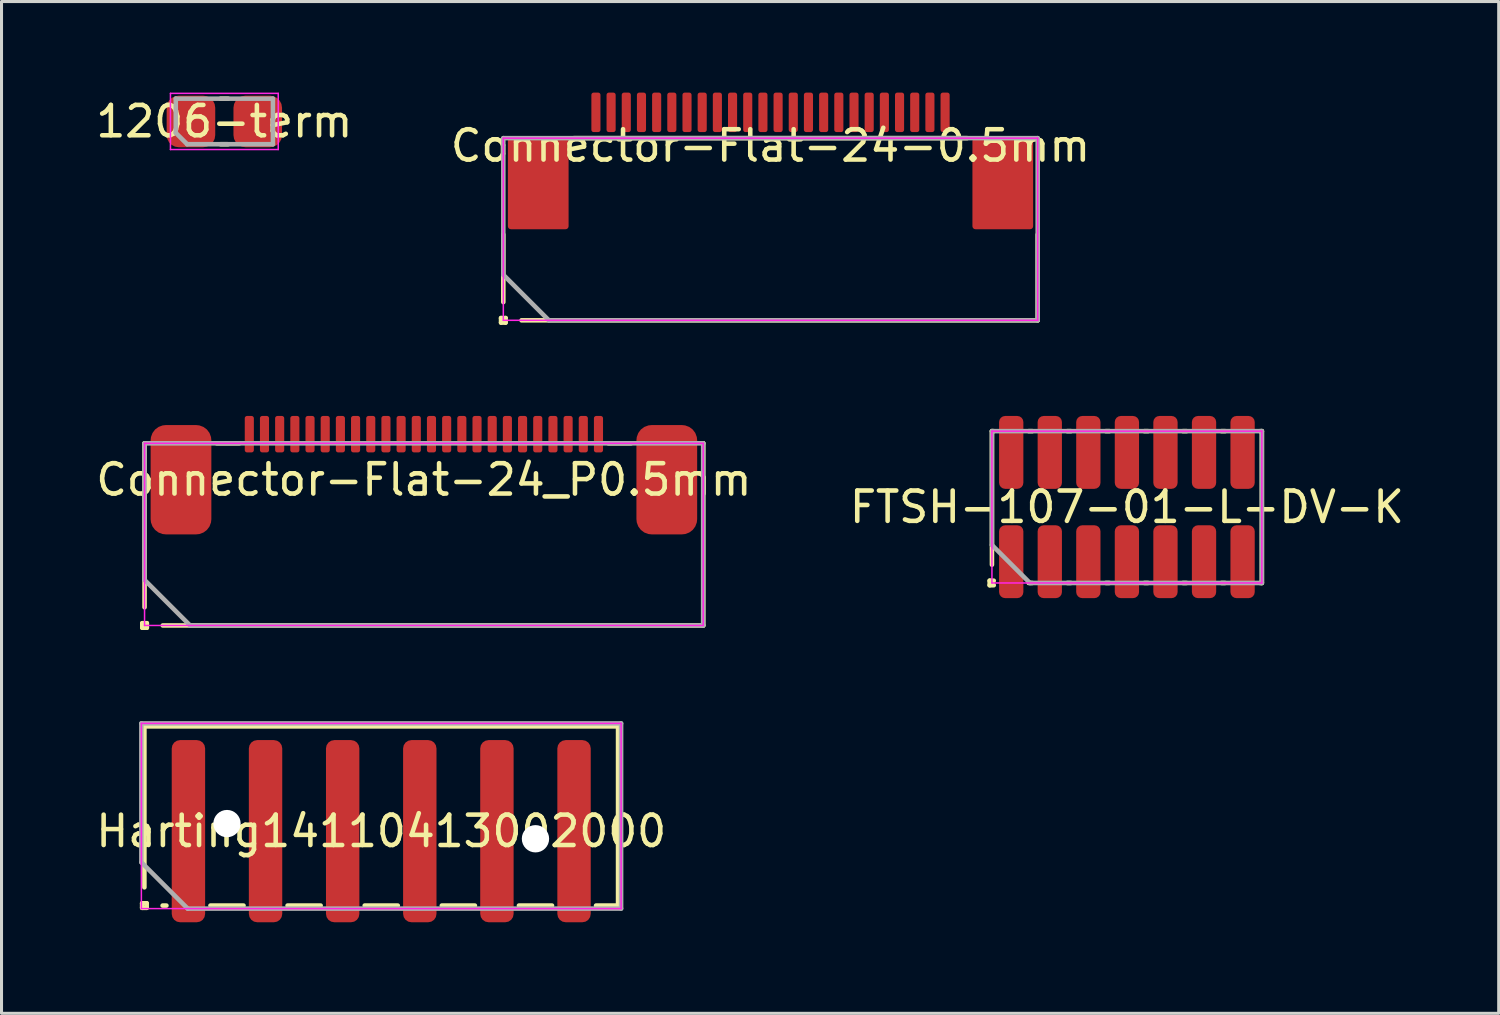
<source format=kicad_pcb>
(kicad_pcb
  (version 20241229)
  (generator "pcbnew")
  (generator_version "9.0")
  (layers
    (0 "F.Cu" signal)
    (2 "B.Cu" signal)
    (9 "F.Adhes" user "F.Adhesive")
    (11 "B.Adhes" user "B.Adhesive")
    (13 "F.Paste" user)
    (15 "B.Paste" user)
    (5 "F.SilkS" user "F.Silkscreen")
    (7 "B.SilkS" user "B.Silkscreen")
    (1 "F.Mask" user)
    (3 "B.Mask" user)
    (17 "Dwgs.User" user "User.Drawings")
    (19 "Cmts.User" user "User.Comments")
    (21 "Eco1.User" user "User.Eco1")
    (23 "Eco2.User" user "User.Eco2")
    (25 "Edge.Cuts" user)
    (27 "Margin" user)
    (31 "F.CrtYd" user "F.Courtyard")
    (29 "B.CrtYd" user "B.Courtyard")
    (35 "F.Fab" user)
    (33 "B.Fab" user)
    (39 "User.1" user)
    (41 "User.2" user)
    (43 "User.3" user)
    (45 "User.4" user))
  (footprint "FTSH-107-01-L-DV-K"
    (layer "F.Cu")
    (at 34.065 13.65)
    (property "Reference" "FTSH-107-01-L-DV-K" (at 0 0 0) (layer "F.SilkS") (effects (font (size 1 1) (thickness 0.15))))
    (attr smd)
    (fp_line (start -4.52 2.425) (end -4.385 2.425) (stroke (width 0.15) (type solid)) (layer "F.SilkS"))
    (fp_line (start -4.52 2.575) (end -4.52 2.425) (stroke (width 0.15) (type solid)) (layer "F.SilkS"))
    (fp_line (start -4.445 -2.5) (end -4.445 1.9) (stroke (width 0.15) (type solid)) (layer "F.SilkS"))
    (fp_line (start -4.385 -2.5) (end -4.445 -2.5) (stroke (width 0.15) (type solid)) (layer "F.SilkS"))
    (fp_line (start -4.385 2.575) (end -4.52 2.575) (stroke (width 0.15) (type solid)) (layer "F.SilkS"))
    (fp_line (start -3.235 2.5) (end -3.115 2.5) (stroke (width 0.15) (type solid)) (layer "F.SilkS"))
    (fp_line (start -3.115 -2.5) (end -3.235 -2.5) (stroke (width 0.15) (type solid)) (layer "F.SilkS"))
    (fp_line (start -1.965 2.5) (end -1.845 2.5) (stroke (width 0.15) (type solid)) (layer "F.SilkS"))
    (fp_line (start -1.845 -2.5) (end -1.965 -2.5) (stroke (width 0.15) (type solid)) (layer "F.SilkS"))
    (fp_line (start -0.695 2.5) (end -0.575 2.5) (stroke (width 0.15) (type solid)) (layer "F.SilkS"))
    (fp_line (start -0.575 -2.5) (end -0.695 -2.5) (stroke (width 0.15) (type solid)) (layer "F.SilkS"))
    (fp_line (start 0.575 2.5) (end 0.695 2.5) (stroke (width 0.15) (type solid)) (layer "F.SilkS"))
    (fp_line (start 0.695 -2.5) (end 0.575 -2.5) (stroke (width 0.15) (type solid)) (layer "F.SilkS"))
    (fp_line (start 1.845 2.5) (end 1.965 2.5) (stroke (width 0.15) (type solid)) (layer "F.SilkS"))
    (fp_line (start 1.965 -2.5) (end 1.845 -2.5) (stroke (width 0.15) (type solid)) (layer "F.SilkS"))
    (fp_line (start 3.115 2.5) (end 3.235 2.5) (stroke (width 0.15) (type solid)) (layer "F.SilkS"))
    (fp_line (start 3.235 -2.5) (end 3.115 -2.5) (stroke (width 0.15) (type solid)) (layer "F.SilkS"))
    (fp_line (start 4.385 2.5) (end 4.445 2.5) (stroke (width 0.15) (type solid)) (layer "F.SilkS"))
    (fp_line (start 4.445 -2.5) (end 4.385 -2.5) (stroke (width 0.15) (type solid)) (layer "F.SilkS"))
    (fp_line (start 4.445 2.5) (end 4.445 -2.5) (stroke (width 0.15) (type solid)) (layer "F.SilkS"))
    (fp_line (start -4.445 -2.5) (end 4.445 -2.5) (stroke (width 0.05) (type solid)) (layer "F.CrtYd"))
    (fp_line (start -4.445 2.5) (end -4.445 -2.5) (stroke (width 0.05) (type solid)) (layer "F.CrtYd"))
    (fp_line (start 4.445 -2.5) (end 4.445 2.5) (stroke (width 0.05) (type solid)) (layer "F.CrtYd"))
    (fp_line (start 4.445 2.5) (end -4.445 2.5) (stroke (width 0.05) (type solid)) (layer "F.CrtYd"))
    (fp_line (start -4.445 -2.5) (end -4.445 1.25) (stroke (width 0.15) (type solid)) (layer "F.Fab"))
    (fp_line (start -3.195 2.5) (end -4.445 1.25) (stroke (width 0.15) (type solid)) (layer "F.Fab"))
    (fp_line (start -3.195 2.5) (end 4.445 2.5) (stroke (width 0.15) (type solid)) (layer "F.Fab"))
    (fp_line (start 4.445 -2.5) (end -4.445 -2.5) (stroke (width 0.15) (type solid)) (layer "F.Fab"))
    (fp_line (start 4.445 2.5) (end 4.445 -2.5) (stroke (width 0.15) (type solid)) (layer "F.Fab"))
    (pad "1" smd roundrect (at -3.81 1.8) (size 0.8 2.4) (layers "F.Cu" "F.Mask" "F.Paste") (roundrect_rratio 0.25))
    (pad "2" smd roundrect (at -3.81 -1.8) (size 0.8 2.4) (layers "F.Cu" "F.Mask" "F.Paste") (roundrect_rratio 0.25))
    (pad "3" smd roundrect (at -2.54 1.8) (size 0.8 2.4) (layers "F.Cu" "F.Mask" "F.Paste") (roundrect_rratio 0.25))
    (pad "4" smd roundrect (at -2.54 -1.8) (size 0.8 2.4) (layers "F.Cu" "F.Mask" "F.Paste") (roundrect_rratio 0.25))
    (pad "5" smd roundrect (at -1.27 1.8) (size 0.8 2.4) (layers "F.Cu" "F.Mask" "F.Paste") (roundrect_rratio 0.25))
    (pad "6" smd roundrect (at -1.27 -1.8) (size 0.8 2.4) (layers "F.Cu" "F.Mask" "F.Paste") (roundrect_rratio 0.25))
    (pad "7" smd roundrect (at 0 1.8) (size 0.8 2.4) (layers "F.Cu" "F.Mask" "F.Paste") (roundrect_rratio 0.25))
    (pad "8" smd roundrect (at 0 -1.8) (size 0.8 2.4) (layers "F.Cu" "F.Mask" "F.Paste") (roundrect_rratio 0.25))
    (pad "9" smd roundrect (at 1.27 1.8) (size 0.8 2.4) (layers "F.Cu" "F.Mask" "F.Paste") (roundrect_rratio 0.25))
    (pad "10" smd roundrect (at 1.27 -1.8) (size 0.8 2.4) (layers "F.Cu" "F.Mask" "F.Paste") (roundrect_rratio 0.25))
    (pad "11" smd roundrect (at 2.54 1.8) (size 0.8 2.4) (layers "F.Cu" "F.Mask" "F.Paste") (roundrect_rratio 0.25))
    (pad "12" smd roundrect (at 2.54 -1.8) (size 0.8 2.4) (layers "F.Cu" "F.Mask" "F.Paste") (roundrect_rratio 0.25))
    (pad "13" smd roundrect (at 3.81 1.8) (size 0.8 2.4) (layers "F.Cu" "F.Mask" "F.Paste") (roundrect_rratio 0.25))
    (pad "14" smd roundrect (at 3.81 -1.8) (size 0.8 2.4) (layers "F.Cu" "F.Mask" "F.Paste") (roundrect_rratio 0.25)))
  (footprint "Connector-Flat-24-0.5mm"
    (layer "F.Cu")
    (at 22.327 1.75)
    (property "Reference" "Connector-Flat-24-0.5mm" (at 0 0 0) (layer "F.SilkS") (effects (font (size 1 1) (thickness 0.15))))
    (attr smd)
    (fp_line (start -8.875 5.675) (end -8.725 5.675) (stroke (width 0.15) (type solid)) (layer "F.SilkS"))
    (fp_line (start -8.875 5.825) (end -8.875 5.675) (stroke (width 0.15) (type solid)) (layer "F.SilkS"))
    (fp_line (start -8.8 2.925) (end -8.8 5.15) (stroke (width 0.15) (type solid)) (layer "F.SilkS"))
    (fp_line (start -8.725 5.675) (end -8.725 5.825) (stroke (width 0.15) (type solid)) (layer "F.SilkS"))
    (fp_line (start -8.725 5.825) (end -8.875 5.825) (stroke (width 0.15) (type solid)) (layer "F.SilkS"))
    (fp_line (start -8.2 5.75) (end 8.8 5.75) (stroke (width 0.15) (type solid)) (layer "F.SilkS"))
    (fp_line (start 6.475 -0.25) (end -6.475 -0.25) (stroke (width 0.15) (type solid)) (layer "F.SilkS"))
    (fp_line (start 8.8 5.75) (end 8.8 2.925) (stroke (width 0.15) (type solid)) (layer "F.SilkS"))
    (fp_line (start -8.8 -0.25) (end 8.8 -0.25) (stroke (width 0.05) (type solid)) (layer "F.CrtYd"))
    (fp_line (start -8.8 5.75) (end -8.8 -0.25) (stroke (width 0.05) (type solid)) (layer "F.CrtYd"))
    (fp_line (start 8.8 -0.25) (end 8.8 5.75) (stroke (width 0.05) (type solid)) (layer "F.CrtYd"))
    (fp_line (start 8.8 5.75) (end -8.8 5.75) (stroke (width 0.05) (type solid)) (layer "F.CrtYd"))
    (fp_line (start -8.8 -0.25) (end -8.8 4.25) (stroke (width 0.15) (type solid)) (layer "F.Fab"))
    (fp_line (start -7.3 5.75) (end -8.8 4.25) (stroke (width 0.15) (type solid)) (layer "F.Fab"))
    (fp_line (start -7.3 5.75) (end 8.8 5.75) (stroke (width 0.15) (type solid)) (layer "F.Fab"))
    (fp_line (start 8.8 -0.25) (end -8.8 -0.25) (stroke (width 0.15) (type solid)) (layer "F.Fab"))
    (fp_line (start 8.8 5.75) (end 8.8 -0.25) (stroke (width 0.15) (type solid)) (layer "F.Fab"))
    (pad "1" smd roundrect (at -5.75 -1.1) (size 0.3 1.3) (layers "F.Cu" "F.Mask" "F.Paste") (roundrect_rratio 0.25))
    (pad "2" smd roundrect (at -5.25 -1.1) (size 0.3 1.3) (layers "F.Cu" "F.Mask" "F.Paste") (roundrect_rratio 0.25))
    (pad "3" smd roundrect (at -4.75 -1.1) (size 0.3 1.3) (layers "F.Cu" "F.Mask" "F.Paste") (roundrect_rratio 0.25))
    (pad "4" smd roundrect (at -4.25 -1.1) (size 0.3 1.3) (layers "F.Cu" "F.Mask" "F.Paste") (roundrect_rratio 0.25))
    (pad "5" smd roundrect (at -3.75 -1.1) (size 0.3 1.3) (layers "F.Cu" "F.Mask" "F.Paste") (roundrect_rratio 0.25))
    (pad "6" smd roundrect (at -3.25 -1.1) (size 0.3 1.3) (layers "F.Cu" "F.Mask" "F.Paste") (roundrect_rratio 0.25))
    (pad "7" smd roundrect (at -2.75 -1.1) (size 0.3 1.3) (layers "F.Cu" "F.Mask" "F.Paste") (roundrect_rratio 0.25))
    (pad "8" smd roundrect (at -2.25 -1.1) (size 0.3 1.3) (layers "F.Cu" "F.Mask" "F.Paste") (roundrect_rratio 0.25))
    (pad "9" smd roundrect (at -1.75 -1.1) (size 0.3 1.3) (layers "F.Cu" "F.Mask" "F.Paste") (roundrect_rratio 0.25))
    (pad "10" smd roundrect (at -1.25 -1.1) (size 0.3 1.3) (layers "F.Cu" "F.Mask" "F.Paste") (roundrect_rratio 0.25))
    (pad "11" smd roundrect (at -0.75 -1.1) (size 0.3 1.3) (layers "F.Cu" "F.Mask" "F.Paste") (roundrect_rratio 0.25))
    (pad "12" smd roundrect (at -0.25 -1.1) (size 0.3 1.3) (layers "F.Cu" "F.Mask" "F.Paste") (roundrect_rratio 0.25))
    (pad "13" smd roundrect (at 0.25 -1.1) (size 0.3 1.3) (layers "F.Cu" "F.Mask" "F.Paste") (roundrect_rratio 0.25))
    (pad "14" smd roundrect (at 0.75 -1.1) (size 0.3 1.3) (layers "F.Cu" "F.Mask" "F.Paste") (roundrect_rratio 0.25))
    (pad "15" smd roundrect (at 1.25 -1.1) (size 0.3 1.3) (layers "F.Cu" "F.Mask" "F.Paste") (roundrect_rratio 0.25))
    (pad "16" smd roundrect (at 1.75 -1.1) (size 0.3 1.3) (layers "F.Cu" "F.Mask" "F.Paste") (roundrect_rratio 0.25))
    (pad "17" smd roundrect (at 2.25 -1.1) (size 0.3 1.3) (layers "F.Cu" "F.Mask" "F.Paste") (roundrect_rratio 0.25))
    (pad "18" smd roundrect (at 2.75 -1.1) (size 0.3 1.3) (layers "F.Cu" "F.Mask" "F.Paste") (roundrect_rratio 0.25))
    (pad "19" smd roundrect (at 3.25 -1.1) (size 0.3 1.3) (layers "F.Cu" "F.Mask" "F.Paste") (roundrect_rratio 0.25))
    (pad "20" smd roundrect (at 3.75 -1.1) (size 0.3 1.3) (layers "F.Cu" "F.Mask" "F.Paste") (roundrect_rratio 0.25))
    (pad "21" smd roundrect (at 4.25 -1.1) (size 0.3 1.3) (layers "F.Cu" "F.Mask" "F.Paste") (roundrect_rratio 0.25))
    (pad "22" smd roundrect (at 4.75 -1.1) (size 0.3 1.3) (layers "F.Cu" "F.Mask" "F.Paste") (roundrect_rratio 0.25))
    (pad "23" smd roundrect (at 5.25 -1.1) (size 0.3 1.3) (layers "F.Cu" "F.Mask" "F.Paste") (roundrect_rratio 0.25))
    (pad "24" smd roundrect (at 5.75 -1.1) (size 0.3 1.3) (layers "F.Cu" "F.Mask" "F.Paste") (roundrect_rratio 0.25))
    (pad "25" smd roundrect (at -7.65 1.25) (size 2 3) (layers "F.Cu" "F.Mask" "F.Paste") (roundrect_rratio 0.05))
    (pad "26" smd roundrect (at 7.65 1.25) (size 2 3) (layers "F.Cu" "F.Mask" "F.Paste") (roundrect_rratio 0.05)))
  (footprint "1206-term"
    (layer "F.Cu")
    (at 4.339 0.95)
    (property "Reference" "1206-term" (at 0 0 0) (layer "F.SilkS") (effects (font (size 1 1) (thickness 0.15))))
    (attr smd)
    (fp_line (start -0.125 0.75) (end 0.125 0.75) (stroke (width 0.15) (type solid)) (layer "F.SilkS"))
    (fp_line (start 0.125 -0.75) (end -0.125 -0.75) (stroke (width 0.15) (type solid)) (layer "F.SilkS"))
    (fp_line (start -1.775 -0.925) (end 1.775 -0.925) (stroke (width 0.05) (type solid)) (layer "F.CrtYd"))
    (fp_line (start -1.775 0.925) (end -1.775 -0.925) (stroke (width 0.05) (type solid)) (layer "F.CrtYd"))
    (fp_line (start 1.775 -0.925) (end 1.775 0.925) (stroke (width 0.05) (type solid)) (layer "F.CrtYd"))
    (fp_line (start 1.775 0.925) (end -1.775 0.925) (stroke (width 0.05) (type solid)) (layer "F.CrtYd"))
    (fp_line (start -1.6 -0.75) (end -1.6 0.375) (stroke (width 0.15) (type solid)) (layer "F.Fab"))
    (fp_line (start -1.225 0.75) (end -1.6 0.375) (stroke (width 0.15) (type solid)) (layer "F.Fab"))
    (fp_line (start -1.225 0.75) (end 1.6 0.75) (stroke (width 0.15) (type solid)) (layer "F.Fab"))
    (fp_line (start 1.6 -0.75) (end -1.6 -0.75) (stroke (width 0.15) (type solid)) (layer "F.Fab"))
    (fp_line (start 1.6 0.75) (end 1.6 -0.75) (stroke (width 0.15) (type solid)) (layer "F.Fab"))
    (pad "1" smd roundrect (at -1.1 0) (size 1.6 1.7) (layers "F.Cu" "F.Mask" "F.Paste") (roundrect_rratio 0.25))
    (pad "2" smd roundrect (at 1.1 0) (size 1.6 1.7) (layers "F.Cu" "F.Mask" "F.Paste") (roundrect_rratio 0.25)))
  (footprint "Connector-Flat-24_P0.5mm"
    (layer "F.Cu")
    (at 10.911 12.75)
    (property "Reference" "Connector-Flat-24_P0.5mm" (at 0 0 0) (layer "F.SilkS") (effects (font (size 1 1) (thickness 0.15))))
    (attr smd)
    (fp_line (start -9.275 4.725) (end -9.125 4.725) (stroke (width 0.15) (type solid)) (layer "F.SilkS"))
    (fp_line (start -9.275 4.875) (end -9.275 4.725) (stroke (width 0.15) (type solid)) (layer "F.SilkS"))
    (fp_line (start -9.2 -1.2) (end -9.2 4.2) (stroke (width 0.15) (type solid)) (layer "F.SilkS"))
    (fp_line (start -9.175 -1.2) (end -9.2 -1.2) (stroke (width 0.15) (type solid)) (layer "F.SilkS"))
    (fp_line (start -9.125 4.725) (end -9.125 4.875) (stroke (width 0.15) (type solid)) (layer "F.SilkS"))
    (fp_line (start -9.125 4.875) (end -9.275 4.875) (stroke (width 0.15) (type solid)) (layer "F.SilkS"))
    (fp_line (start -8.6 4.8) (end 9.2 4.8) (stroke (width 0.15) (type solid)) (layer "F.SilkS"))
    (fp_line (start -6.075 -1.2) (end -6.825 -1.2) (stroke (width 0.15) (type solid)) (layer "F.SilkS"))
    (fp_line (start 6.825 -1.2) (end 6.075 -1.2) (stroke (width 0.15) (type solid)) (layer "F.SilkS"))
    (fp_line (start 9.2 -1.2) (end 9.175 -1.2) (stroke (width 0.15) (type solid)) (layer "F.SilkS"))
    (fp_line (start 9.2 4.8) (end 9.2 -1.2) (stroke (width 0.15) (type solid)) (layer "F.SilkS"))
    (fp_line (start -9.2 -1.2) (end 9.2 -1.2) (stroke (width 0.05) (type solid)) (layer "F.CrtYd"))
    (fp_line (start -9.2 4.8) (end -9.2 -1.2) (stroke (width 0.05) (type solid)) (layer "F.CrtYd"))
    (fp_line (start 9.2 -1.2) (end 9.2 4.8) (stroke (width 0.05) (type solid)) (layer "F.CrtYd"))
    (fp_line (start 9.2 4.8) (end -9.2 4.8) (stroke (width 0.05) (type solid)) (layer "F.CrtYd"))
    (fp_line (start -9.2 -1.2) (end -9.2 3.3) (stroke (width 0.15) (type solid)) (layer "F.Fab"))
    (fp_line (start -7.7 4.8) (end -9.2 3.3) (stroke (width 0.15) (type solid)) (layer "F.Fab"))
    (fp_line (start -7.7 4.8) (end 9.2 4.8) (stroke (width 0.15) (type solid)) (layer "F.Fab"))
    (fp_line (start 9.2 -1.2) (end -9.2 -1.2) (stroke (width 0.15) (type solid)) (layer "F.Fab"))
    (fp_line (start 9.2 4.8) (end 9.2 -1.2) (stroke (width 0.15) (type solid)) (layer "F.Fab"))
    (pad "1" smd roundrect (at -5.75 -1.5) (size 0.3 1.2) (layers "F.Cu" "F.Mask" "F.Paste") (roundrect_rratio 0.25))
    (pad "2" smd roundrect (at -5.25 -1.5) (size 0.3 1.2) (layers "F.Cu" "F.Mask" "F.Paste") (roundrect_rratio 0.25))
    (pad "3" smd roundrect (at -4.75 -1.5) (size 0.3 1.2) (layers "F.Cu" "F.Mask" "F.Paste") (roundrect_rratio 0.25))
    (pad "4" smd roundrect (at -4.25 -1.5) (size 0.3 1.2) (layers "F.Cu" "F.Mask" "F.Paste") (roundrect_rratio 0.25))
    (pad "5" smd roundrect (at -3.75 -1.5) (size 0.3 1.2) (layers "F.Cu" "F.Mask" "F.Paste") (roundrect_rratio 0.25))
    (pad "6" smd roundrect (at -3.25 -1.5) (size 0.3 1.2) (layers "F.Cu" "F.Mask" "F.Paste") (roundrect_rratio 0.25))
    (pad "7" smd roundrect (at -2.75 -1.5) (size 0.3 1.2) (layers "F.Cu" "F.Mask" "F.Paste") (roundrect_rratio 0.25))
    (pad "8" smd roundrect (at -2.25 -1.5) (size 0.3 1.2) (layers "F.Cu" "F.Mask" "F.Paste") (roundrect_rratio 0.25))
    (pad "9" smd roundrect (at -1.75 -1.5) (size 0.3 1.2) (layers "F.Cu" "F.Mask" "F.Paste") (roundrect_rratio 0.25))
    (pad "10" smd roundrect (at -1.25 -1.5) (size 0.3 1.2) (layers "F.Cu" "F.Mask" "F.Paste") (roundrect_rratio 0.25))
    (pad "11" smd roundrect (at -0.75 -1.5) (size 0.3 1.2) (layers "F.Cu" "F.Mask" "F.Paste") (roundrect_rratio 0.25))
    (pad "12" smd roundrect (at -0.25 -1.5) (size 0.3 1.2) (layers "F.Cu" "F.Mask" "F.Paste") (roundrect_rratio 0.25))
    (pad "13" smd roundrect (at 0.25 -1.5) (size 0.3 1.2) (layers "F.Cu" "F.Mask" "F.Paste") (roundrect_rratio 0.25))
    (pad "14" smd roundrect (at 0.75 -1.5) (size 0.3 1.2) (layers "F.Cu" "F.Mask" "F.Paste") (roundrect_rratio 0.25))
    (pad "15" smd roundrect (at 1.25 -1.5) (size 0.3 1.2) (layers "F.Cu" "F.Mask" "F.Paste") (roundrect_rratio 0.25))
    (pad "16" smd roundrect (at 1.75 -1.5) (size 0.3 1.2) (layers "F.Cu" "F.Mask" "F.Paste") (roundrect_rratio 0.25))
    (pad "17" smd roundrect (at 2.25 -1.5) (size 0.3 1.2) (layers "F.Cu" "F.Mask" "F.Paste") (roundrect_rratio 0.25))
    (pad "18" smd roundrect (at 2.75 -1.5) (size 0.3 1.2) (layers "F.Cu" "F.Mask" "F.Paste") (roundrect_rratio 0.25))
    (pad "19" smd roundrect (at 3.25 -1.5) (size 0.3 1.2) (layers "F.Cu" "F.Mask" "F.Paste") (roundrect_rratio 0.25))
    (pad "20" smd roundrect (at 3.75 -1.5) (size 0.3 1.2) (layers "F.Cu" "F.Mask" "F.Paste") (roundrect_rratio 0.25))
    (pad "21" smd roundrect (at 4.25 -1.5) (size 0.3 1.2) (layers "F.Cu" "F.Mask" "F.Paste") (roundrect_rratio 0.25))
    (pad "22" smd roundrect (at 4.75 -1.5) (size 0.3 1.2) (layers "F.Cu" "F.Mask" "F.Paste") (roundrect_rratio 0.25))
    (pad "23" smd roundrect (at 5.25 -1.5) (size 0.3 1.2) (layers "F.Cu" "F.Mask" "F.Paste") (roundrect_rratio 0.25))
    (pad "24" smd roundrect (at 5.75 -1.5) (size 0.3 1.2) (layers "F.Cu" "F.Mask" "F.Paste") (roundrect_rratio 0.25))
    (pad "25" smd roundrect (at -8 0) (size 2 3.6) (layers "F.Cu" "F.Mask" "F.Paste") (roundrect_rratio 0.25))
    (pad "26" smd roundrect (at 8 0) (size 2 3.6) (layers "F.Cu" "F.Mask" "F.Paste") (roundrect_rratio 0.25)))
  (footprint "Harting14110413002000"
    (layer "F.Cu")
    (at 9.506 24.325)
    (property "Reference" "Harting14110413002000" (at 0 0 0) (layer "F.SilkS") (effects (font (size 1 1) (thickness 0.15))))
    (attr smd)
    (fp_line (start -7.875 2.375) (end -7.725 2.375) (stroke (width 0.15) (type solid)) (layer "F.SilkS"))
    (fp_line (start -7.875 2.525) (end -7.875 2.375) (stroke (width 0.15) (type solid)) (layer "F.SilkS"))
    (fp_line (start -7.8 -3.45) (end -7.8 1.85) (stroke (width 0.15) (type solid)) (layer "F.SilkS"))
    (fp_line (start -7.725 2.375) (end -7.725 2.525) (stroke (width 0.15) (type solid)) (layer "F.SilkS"))
    (fp_line (start -7.725 2.525) (end -7.875 2.525) (stroke (width 0.15) (type solid)) (layer "F.SilkS"))
    (fp_line (start -7.2 2.45) (end -7.075 2.45) (stroke (width 0.15) (type solid)) (layer "F.SilkS"))
    (fp_line (start -5.625 2.45) (end -4.535 2.45) (stroke (width 0.15) (type solid)) (layer "F.SilkS"))
    (fp_line (start -3.085 2.45) (end -1.995 2.45) (stroke (width 0.15) (type solid)) (layer "F.SilkS"))
    (fp_line (start -0.545 2.45) (end 0.545 2.45) (stroke (width 0.15) (type solid)) (layer "F.SilkS"))
    (fp_line (start 1.995 2.45) (end 3.085 2.45) (stroke (width 0.15) (type solid)) (layer "F.SilkS"))
    (fp_line (start 4.535 2.45) (end 5.625 2.45) (stroke (width 0.15) (type solid)) (layer "F.SilkS"))
    (fp_line (start 7.075 2.45) (end 7.8 2.45) (stroke (width 0.15) (type solid)) (layer "F.SilkS"))
    (fp_line (start 7.8 -3.45) (end -7.8 -3.45) (stroke (width 0.15) (type solid)) (layer "F.SilkS"))
    (fp_line (start 7.8 2.45) (end 7.8 -3.45) (stroke (width 0.15) (type solid)) (layer "F.SilkS"))
    (fp_line (start -7.9 -3.55) (end 7.9 -3.55) (stroke (width 0.05) (type solid)) (layer "F.CrtYd"))
    (fp_line (start -7.9 2.55) (end -7.9 -3.55) (stroke (width 0.05) (type solid)) (layer "F.CrtYd"))
    (fp_line (start 7.9 -3.55) (end 7.9 2.55) (stroke (width 0.05) (type solid)) (layer "F.CrtYd"))
    (fp_line (start 7.9 2.55) (end -7.9 2.55) (stroke (width 0.05) (type solid)) (layer "F.CrtYd"))
    (fp_line (start -7.9 -3.55) (end -7.9 1.025) (stroke (width 0.15) (type solid)) (layer "F.Fab"))
    (fp_line (start -6.375 2.55) (end -7.9 1.025) (stroke (width 0.15) (type solid)) (layer "F.Fab"))
    (fp_line (start -6.375 2.55) (end 7.9 2.55) (stroke (width 0.15) (type solid)) (layer "F.Fab"))
    (fp_line (start 7.9 -3.55) (end -7.9 -3.55) (stroke (width 0.15) (type solid)) (layer "F.Fab"))
    (fp_line (start 7.9 2.55) (end 7.9 -3.55) (stroke (width 0.15) (type solid)) (layer "F.Fab"))
    (pad "" np_thru_hole circle (at -5.08 -0.25) (size 0.9 0.9) (drill 0.9) (layers "*.Cu" "*.Mask"))
    (pad "" np_thru_hole circle (at 5.08 0.25) (size 0.9 0.9) (drill 0.9) (layers "*.Cu" "*.Mask"))
    (pad "1" smd roundrect (at -3.81 0) (size 1.1 6) (layers "F.Cu" "F.Mask" "F.Paste") (roundrect_rratio 0.25))
    (pad "2" smd roundrect (at -1.27 0) (size 1.1 6) (layers "F.Cu" "F.Mask" "F.Paste") (roundrect_rratio 0.25))
    (pad "3" smd roundrect (at 1.27 0) (size 1.1 6) (layers "F.Cu" "F.Mask" "F.Paste") (roundrect_rratio 0.25))
    (pad "4" smd roundrect (at 3.81 0) (size 1.1 6) (layers "F.Cu" "F.Mask" "F.Paste") (roundrect_rratio 0.25))
    (pad "MP1" smd roundrect (at -6.35 0) (size 1.1 6) (layers "F.Cu" "F.Mask" "F.Paste") (roundrect_rratio 0.25))
    (pad "MP2" smd roundrect (at 6.35 0) (size 1.1 6) (layers "F.Cu" "F.Mask" "F.Paste") (roundrect_rratio 0.25)))
  (gr_rect
    (start -3 -3)
    (end 46.31 30.325)
    (stroke (width 0.1) (type default))
    (fill no)
    (layer "Edge.Cuts")))
</source>
